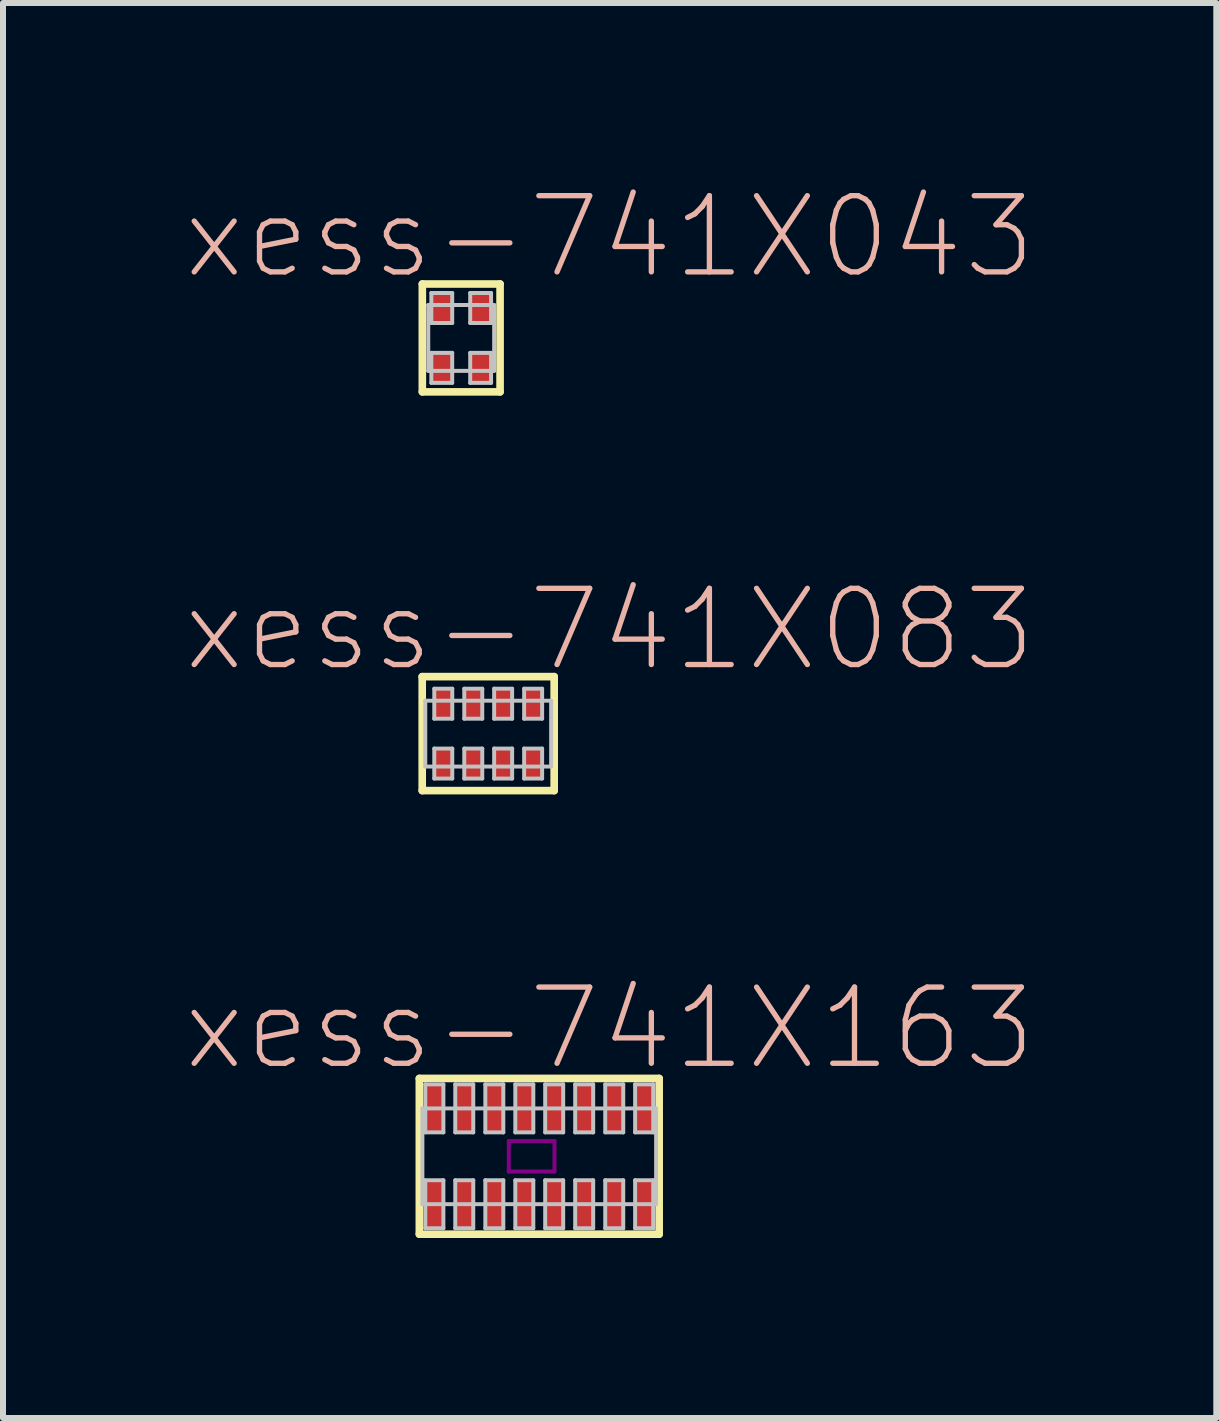
<source format=kicad_pcb>
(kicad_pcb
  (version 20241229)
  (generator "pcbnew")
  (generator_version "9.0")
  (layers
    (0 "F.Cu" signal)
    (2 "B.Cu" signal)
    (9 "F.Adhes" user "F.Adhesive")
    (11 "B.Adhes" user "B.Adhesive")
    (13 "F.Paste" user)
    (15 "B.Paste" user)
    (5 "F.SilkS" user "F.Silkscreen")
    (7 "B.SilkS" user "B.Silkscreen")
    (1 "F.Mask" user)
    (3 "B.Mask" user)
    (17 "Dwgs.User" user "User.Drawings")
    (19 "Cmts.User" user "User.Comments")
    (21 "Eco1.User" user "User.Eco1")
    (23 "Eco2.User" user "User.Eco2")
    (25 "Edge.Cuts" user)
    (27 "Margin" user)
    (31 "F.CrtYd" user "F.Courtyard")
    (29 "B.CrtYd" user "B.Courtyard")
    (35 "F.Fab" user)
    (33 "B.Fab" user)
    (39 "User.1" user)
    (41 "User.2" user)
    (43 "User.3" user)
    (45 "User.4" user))
  (footprint "xess-741X083"
    (layer "F.Cu")
    (at 5.088 9.179)
    (property "Reference" "xess-741X083" (at 2.024 -1.735 0) (layer "B.SilkS") (effects (font (size 1.27 1.27) (thickness 0.089))))
    (attr smd)
    (fp_line (start -1.1 -0.95) (end -1.1 0.95) (stroke (width 0.127) (type solid)) (layer "F.SilkS"))
    (fp_line (start -1.1 0.95) (end 1.1 0.95) (stroke (width 0.127) (type solid)) (layer "F.SilkS"))
    (fp_line (start 1.1 -0.95) (end -1.1 -0.95) (stroke (width 0.127) (type solid)) (layer "F.SilkS"))
    (fp_line (start 1.1 0.95) (end 1.1 -0.95) (stroke (width 0.127) (type solid)) (layer "F.SilkS"))
    (fp_line (start -1.049 -0.549) (end 1.049 -0.549) (stroke (width 0.066) (type solid)) (layer "Dwgs.User"))
    (fp_line (start -1.049 0.549) (end -1.049 -0.549) (stroke (width 0.066) (type solid)) (layer "Dwgs.User"))
    (fp_line (start -1.049 0.549) (end 1.049 0.549) (stroke (width 0.066) (type solid)) (layer "Dwgs.User"))
    (fp_line (start -0.899 -0.749) (end -0.599 -0.749) (stroke (width 0.066) (type solid)) (layer "Dwgs.User"))
    (fp_line (start -0.899 -0.249) (end -0.899 -0.749) (stroke (width 0.066) (type solid)) (layer "Dwgs.User"))
    (fp_line (start -0.899 -0.249) (end -0.599 -0.249) (stroke (width 0.066) (type solid)) (layer "Dwgs.User"))
    (fp_line (start -0.899 0.249) (end -0.599 0.249) (stroke (width 0.066) (type solid)) (layer "Dwgs.User"))
    (fp_line (start -0.899 0.749) (end -0.899 0.249) (stroke (width 0.066) (type solid)) (layer "Dwgs.User"))
    (fp_line (start -0.899 0.749) (end -0.599 0.749) (stroke (width 0.066) (type solid)) (layer "Dwgs.User"))
    (fp_line (start -0.599 -0.249) (end -0.599 -0.749) (stroke (width 0.066) (type solid)) (layer "Dwgs.User"))
    (fp_line (start -0.599 0.749) (end -0.599 0.249) (stroke (width 0.066) (type solid)) (layer "Dwgs.User"))
    (fp_line (start -0.399 -0.749) (end -0.099 -0.749) (stroke (width 0.066) (type solid)) (layer "Dwgs.User"))
    (fp_line (start -0.399 -0.249) (end -0.399 -0.749) (stroke (width 0.066) (type solid)) (layer "Dwgs.User"))
    (fp_line (start -0.399 -0.249) (end -0.099 -0.249) (stroke (width 0.066) (type solid)) (layer "Dwgs.User"))
    (fp_line (start -0.399 0.249) (end -0.099 0.249) (stroke (width 0.066) (type solid)) (layer "Dwgs.User"))
    (fp_line (start -0.399 0.749) (end -0.399 0.249) (stroke (width 0.066) (type solid)) (layer "Dwgs.User"))
    (fp_line (start -0.399 0.749) (end -0.099 0.749) (stroke (width 0.066) (type solid)) (layer "Dwgs.User"))
    (fp_line (start -0.099 -0.249) (end -0.099 -0.749) (stroke (width 0.066) (type solid)) (layer "Dwgs.User"))
    (fp_line (start -0.099 0.749) (end -0.099 0.249) (stroke (width 0.066) (type solid)) (layer "Dwgs.User"))
    (fp_line (start 0.099 -0.749) (end 0.399 -0.749) (stroke (width 0.066) (type solid)) (layer "Dwgs.User"))
    (fp_line (start 0.099 -0.249) (end 0.099 -0.749) (stroke (width 0.066) (type solid)) (layer "Dwgs.User"))
    (fp_line (start 0.099 -0.249) (end 0.399 -0.249) (stroke (width 0.066) (type solid)) (layer "Dwgs.User"))
    (fp_line (start 0.099 0.249) (end 0.399 0.249) (stroke (width 0.066) (type solid)) (layer "Dwgs.User"))
    (fp_line (start 0.099 0.749) (end 0.099 0.249) (stroke (width 0.066) (type solid)) (layer "Dwgs.User"))
    (fp_line (start 0.099 0.749) (end 0.399 0.749) (stroke (width 0.066) (type solid)) (layer "Dwgs.User"))
    (fp_line (start 0.399 -0.249) (end 0.399 -0.749) (stroke (width 0.066) (type solid)) (layer "Dwgs.User"))
    (fp_line (start 0.399 0.749) (end 0.399 0.249) (stroke (width 0.066) (type solid)) (layer "Dwgs.User"))
    (fp_line (start 0.599 -0.749) (end 0.899 -0.749) (stroke (width 0.066) (type solid)) (layer "Dwgs.User"))
    (fp_line (start 0.599 -0.249) (end 0.599 -0.749) (stroke (width 0.066) (type solid)) (layer "Dwgs.User"))
    (fp_line (start 0.599 -0.249) (end 0.899 -0.249) (stroke (width 0.066) (type solid)) (layer "Dwgs.User"))
    (fp_line (start 0.599 0.249) (end 0.899 0.249) (stroke (width 0.066) (type solid)) (layer "Dwgs.User"))
    (fp_line (start 0.599 0.749) (end 0.599 0.249) (stroke (width 0.066) (type solid)) (layer "Dwgs.User"))
    (fp_line (start 0.599 0.749) (end 0.899 0.749) (stroke (width 0.066) (type solid)) (layer "Dwgs.User"))
    (fp_line (start 0.899 -0.249) (end 0.899 -0.749) (stroke (width 0.066) (type solid)) (layer "Dwgs.User"))
    (fp_line (start 0.899 0.749) (end 0.899 0.249) (stroke (width 0.066) (type solid)) (layer "Dwgs.User"))
    (fp_line (start 1.049 0.549) (end 1.049 -0.549) (stroke (width 0.066) (type solid)) (layer "Dwgs.User"))
    (pad "1" smd rect (at -0.749 0.498) (size 0.3 0.498) (layers "F.Cu" "F.Mask" "F.Paste"))
    (pad "2" smd rect (at -0.249 0.498) (size 0.3 0.498) (layers "F.Cu" "F.Mask" "F.Paste"))
    (pad "3" smd rect (at 0.249 0.498) (size 0.3 0.498) (layers "F.Cu" "F.Mask" "F.Paste"))
    (pad "4" smd rect (at 0.749 0.498) (size 0.3 0.498) (layers "F.Cu" "F.Mask" "F.Paste"))
    (pad "5" smd rect (at 0.749 -0.498) (size 0.3 0.498) (layers "F.Cu" "F.Mask" "F.Paste"))
    (pad "6" smd rect (at 0.249 -0.498) (size 0.3 0.498) (layers "F.Cu" "F.Mask" "F.Paste"))
    (pad "7" smd rect (at -0.249 -0.498) (size 0.3 0.498) (layers "F.Cu" "F.Mask" "F.Paste"))
    (pad "8" smd rect (at -0.749 -0.498) (size 0.3 0.498) (layers "F.Cu" "F.Mask" "F.Paste")))
  (footprint "xess-741X043"
    (layer "F.Cu")
    (at 4.638 2.583)
    (property "Reference" "xess-741X043" (at 2.474 -1.684 0) (layer "B.SilkS") (effects (font (size 1.27 1.27) (thickness 0.089))))
    (attr smd)
    (fp_line (start -0.648 -0.899) (end -0.648 0.899) (stroke (width 0.127) (type solid)) (layer "F.SilkS"))
    (fp_line (start -0.648 0.899) (end 0.648 0.899) (stroke (width 0.127) (type solid)) (layer "F.SilkS"))
    (fp_line (start 0.648 -0.899) (end -0.648 -0.899) (stroke (width 0.127) (type solid)) (layer "F.SilkS"))
    (fp_line (start 0.648 0.899) (end 0.648 -0.899) (stroke (width 0.127) (type solid)) (layer "F.SilkS"))
    (fp_line (start -0.549 -0.549) (end 0.549 -0.549) (stroke (width 0.066) (type solid)) (layer "Dwgs.User"))
    (fp_line (start -0.549 0.549) (end -0.549 -0.549) (stroke (width 0.066) (type solid)) (layer "Dwgs.User"))
    (fp_line (start -0.549 0.549) (end 0.549 0.549) (stroke (width 0.066) (type solid)) (layer "Dwgs.User"))
    (fp_line (start -0.498 -0.749) (end -0.15 -0.749) (stroke (width 0.066) (type solid)) (layer "Dwgs.User"))
    (fp_line (start -0.498 -0.249) (end -0.498 -0.749) (stroke (width 0.066) (type solid)) (layer "Dwgs.User"))
    (fp_line (start -0.498 -0.249) (end -0.15 -0.249) (stroke (width 0.066) (type solid)) (layer "Dwgs.User"))
    (fp_line (start -0.498 0.249) (end -0.15 0.249) (stroke (width 0.066) (type solid)) (layer "Dwgs.User"))
    (fp_line (start -0.498 0.749) (end -0.498 0.249) (stroke (width 0.066) (type solid)) (layer "Dwgs.User"))
    (fp_line (start -0.498 0.749) (end -0.15 0.749) (stroke (width 0.066) (type solid)) (layer "Dwgs.User"))
    (fp_line (start -0.15 -0.249) (end -0.15 -0.749) (stroke (width 0.066) (type solid)) (layer "Dwgs.User"))
    (fp_line (start -0.15 0.749) (end -0.15 0.249) (stroke (width 0.066) (type solid)) (layer "Dwgs.User"))
    (fp_line (start 0.15 -0.749) (end 0.498 -0.749) (stroke (width 0.066) (type solid)) (layer "Dwgs.User"))
    (fp_line (start 0.15 -0.249) (end 0.15 -0.749) (stroke (width 0.066) (type solid)) (layer "Dwgs.User"))
    (fp_line (start 0.15 -0.249) (end 0.498 -0.249) (stroke (width 0.066) (type solid)) (layer "Dwgs.User"))
    (fp_line (start 0.15 0.249) (end 0.498 0.249) (stroke (width 0.066) (type solid)) (layer "Dwgs.User"))
    (fp_line (start 0.15 0.749) (end 0.15 0.249) (stroke (width 0.066) (type solid)) (layer "Dwgs.User"))
    (fp_line (start 0.15 0.749) (end 0.498 0.749) (stroke (width 0.066) (type solid)) (layer "Dwgs.User"))
    (fp_line (start 0.498 -0.249) (end 0.498 -0.749) (stroke (width 0.066) (type solid)) (layer "Dwgs.User"))
    (fp_line (start 0.498 0.749) (end 0.498 0.249) (stroke (width 0.066) (type solid)) (layer "Dwgs.User"))
    (fp_line (start 0.549 0.549) (end 0.549 -0.549) (stroke (width 0.066) (type solid)) (layer "Dwgs.User"))
    (pad "1" smd rect (at -0.323 0.498) (size 0.328 0.498) (layers "F.Cu" "F.Mask" "F.Paste"))
    (pad "2" smd rect (at 0.323 0.498) (size 0.328 0.498) (layers "F.Cu" "F.Mask" "F.Paste"))
    (pad "3" smd rect (at 0.323 -0.498) (size 0.328 0.498) (layers "F.Cu" "F.Mask" "F.Paste"))
    (pad "4" smd rect (at -0.323 -0.498) (size 0.328 0.498) (layers "F.Cu" "F.Mask" "F.Paste")))
  (footprint "xess-741X163"
    (layer "F.Cu")
    (at 5.939 16.225)
    (property "Reference" "xess-741X163" (at 1.173 -2.134 0) (layer "B.SilkS") (effects (font (size 1.27 1.27) (thickness 0.089))))
    (attr smd)
    (fp_line (start -1.999 -1.298) (end -1.999 1.298) (stroke (width 0.127) (type solid)) (layer "F.SilkS"))
    (fp_line (start -1.999 1.298) (end 1.999 1.298) (stroke (width 0.127) (type solid)) (layer "F.SilkS"))
    (fp_line (start 1.999 -1.298) (end -1.999 -1.298) (stroke (width 0.127) (type solid)) (layer "F.SilkS"))
    (fp_line (start 1.999 1.298) (end 1.999 -1.298) (stroke (width 0.127) (type solid)) (layer "F.SilkS"))
    (fp_line (start -0.508 -0.254) (end 0.254 -0.254) (stroke (width 0.066) (type solid)) (layer "F.Adhes"))
    (fp_line (start -0.508 0.254) (end -0.508 -0.254) (stroke (width 0.066) (type solid)) (layer "F.Adhes"))
    (fp_line (start -0.508 0.254) (end 0.254 0.254) (stroke (width 0.066) (type solid)) (layer "F.Adhes"))
    (fp_line (start 0.254 0.254) (end 0.254 -0.254) (stroke (width 0.066) (type solid)) (layer "F.Adhes"))
    (fp_line (start -1.948 -0.798) (end 1.948 -0.798) (stroke (width 0.066) (type solid)) (layer "Dwgs.User"))
    (fp_line (start -1.948 0.798) (end -1.948 -0.798) (stroke (width 0.066) (type solid)) (layer "Dwgs.User"))
    (fp_line (start -1.948 0.798) (end 1.948 0.798) (stroke (width 0.066) (type solid)) (layer "Dwgs.User"))
    (fp_line (start -1.9 -1.199) (end -1.598 -1.199) (stroke (width 0.066) (type solid)) (layer "Dwgs.User"))
    (fp_line (start -1.9 -0.399) (end -1.9 -1.199) (stroke (width 0.066) (type solid)) (layer "Dwgs.User"))
    (fp_line (start -1.9 -0.399) (end -1.598 -0.399) (stroke (width 0.066) (type solid)) (layer "Dwgs.User"))
    (fp_line (start -1.9 0.399) (end -1.598 0.399) (stroke (width 0.066) (type solid)) (layer "Dwgs.User"))
    (fp_line (start -1.9 1.199) (end -1.9 0.399) (stroke (width 0.066) (type solid)) (layer "Dwgs.User"))
    (fp_line (start -1.9 1.199) (end -1.598 1.199) (stroke (width 0.066) (type solid)) (layer "Dwgs.User"))
    (fp_line (start -1.598 -0.399) (end -1.598 -1.199) (stroke (width 0.066) (type solid)) (layer "Dwgs.User"))
    (fp_line (start -1.598 1.199) (end -1.598 0.399) (stroke (width 0.066) (type solid)) (layer "Dwgs.User"))
    (fp_line (start -1.4 -1.199) (end -1.1 -1.199) (stroke (width 0.066) (type solid)) (layer "Dwgs.User"))
    (fp_line (start -1.4 -0.399) (end -1.4 -1.199) (stroke (width 0.066) (type solid)) (layer "Dwgs.User"))
    (fp_line (start -1.4 -0.399) (end -1.1 -0.399) (stroke (width 0.066) (type solid)) (layer "Dwgs.User"))
    (fp_line (start -1.4 0.399) (end -1.1 0.399) (stroke (width 0.066) (type solid)) (layer "Dwgs.User"))
    (fp_line (start -1.4 1.199) (end -1.4 0.399) (stroke (width 0.066) (type solid)) (layer "Dwgs.User"))
    (fp_line (start -1.4 1.199) (end -1.1 1.199) (stroke (width 0.066) (type solid)) (layer "Dwgs.User"))
    (fp_line (start -1.1 -0.399) (end -1.1 -1.199) (stroke (width 0.066) (type solid)) (layer "Dwgs.User"))
    (fp_line (start -1.1 1.199) (end -1.1 0.399) (stroke (width 0.066) (type solid)) (layer "Dwgs.User"))
    (fp_line (start -0.899 -1.199) (end -0.599 -1.199) (stroke (width 0.066) (type solid)) (layer "Dwgs.User"))
    (fp_line (start -0.899 -0.399) (end -0.899 -1.199) (stroke (width 0.066) (type solid)) (layer "Dwgs.User"))
    (fp_line (start -0.899 -0.399) (end -0.599 -0.399) (stroke (width 0.066) (type solid)) (layer "Dwgs.User"))
    (fp_line (start -0.899 0.399) (end -0.599 0.399) (stroke (width 0.066) (type solid)) (layer "Dwgs.User"))
    (fp_line (start -0.899 1.199) (end -0.899 0.399) (stroke (width 0.066) (type solid)) (layer "Dwgs.User"))
    (fp_line (start -0.899 1.199) (end -0.599 1.199) (stroke (width 0.066) (type solid)) (layer "Dwgs.User"))
    (fp_line (start -0.599 -0.399) (end -0.599 -1.199) (stroke (width 0.066) (type solid)) (layer "Dwgs.User"))
    (fp_line (start -0.599 1.199) (end -0.599 0.399) (stroke (width 0.066) (type solid)) (layer "Dwgs.User"))
    (fp_line (start -0.399 -1.199) (end -0.099 -1.199) (stroke (width 0.066) (type solid)) (layer "Dwgs.User"))
    (fp_line (start -0.399 -0.399) (end -0.399 -1.199) (stroke (width 0.066) (type solid)) (layer "Dwgs.User"))
    (fp_line (start -0.399 -0.399) (end -0.099 -0.399) (stroke (width 0.066) (type solid)) (layer "Dwgs.User"))
    (fp_line (start -0.399 0.399) (end -0.099 0.399) (stroke (width 0.066) (type solid)) (layer "Dwgs.User"))
    (fp_line (start -0.399 1.199) (end -0.399 0.399) (stroke (width 0.066) (type solid)) (layer "Dwgs.User"))
    (fp_line (start -0.399 1.199) (end -0.099 1.199) (stroke (width 0.066) (type solid)) (layer "Dwgs.User"))
    (fp_line (start -0.099 -0.399) (end -0.099 -1.199) (stroke (width 0.066) (type solid)) (layer "Dwgs.User"))
    (fp_line (start -0.099 1.199) (end -0.099 0.399) (stroke (width 0.066) (type solid)) (layer "Dwgs.User"))
    (fp_line (start 0.099 -1.199) (end 0.399 -1.199) (stroke (width 0.066) (type solid)) (layer "Dwgs.User"))
    (fp_line (start 0.099 -0.399) (end 0.099 -1.199) (stroke (width 0.066) (type solid)) (layer "Dwgs.User"))
    (fp_line (start 0.099 -0.399) (end 0.399 -0.399) (stroke (width 0.066) (type solid)) (layer "Dwgs.User"))
    (fp_line (start 0.099 0.399) (end 0.399 0.399) (stroke (width 0.066) (type solid)) (layer "Dwgs.User"))
    (fp_line (start 0.099 1.199) (end 0.099 0.399) (stroke (width 0.066) (type solid)) (layer "Dwgs.User"))
    (fp_line (start 0.099 1.199) (end 0.399 1.199) (stroke (width 0.066) (type solid)) (layer "Dwgs.User"))
    (fp_line (start 0.399 -0.399) (end 0.399 -1.199) (stroke (width 0.066) (type solid)) (layer "Dwgs.User"))
    (fp_line (start 0.399 1.199) (end 0.399 0.399) (stroke (width 0.066) (type solid)) (layer "Dwgs.User"))
    (fp_line (start 0.599 -1.199) (end 0.899 -1.199) (stroke (width 0.066) (type solid)) (layer "Dwgs.User"))
    (fp_line (start 0.599 -0.399) (end 0.599 -1.199) (stroke (width 0.066) (type solid)) (layer "Dwgs.User"))
    (fp_line (start 0.599 -0.399) (end 0.899 -0.399) (stroke (width 0.066) (type solid)) (layer "Dwgs.User"))
    (fp_line (start 0.599 0.399) (end 0.899 0.399) (stroke (width 0.066) (type solid)) (layer "Dwgs.User"))
    (fp_line (start 0.599 1.199) (end 0.599 0.399) (stroke (width 0.066) (type solid)) (layer "Dwgs.User"))
    (fp_line (start 0.599 1.199) (end 0.899 1.199) (stroke (width 0.066) (type solid)) (layer "Dwgs.User"))
    (fp_line (start 0.899 -0.399) (end 0.899 -1.199) (stroke (width 0.066) (type solid)) (layer "Dwgs.User"))
    (fp_line (start 0.899 1.199) (end 0.899 0.399) (stroke (width 0.066) (type solid)) (layer "Dwgs.User"))
    (fp_line (start 1.1 -1.199) (end 1.4 -1.199) (stroke (width 0.066) (type solid)) (layer "Dwgs.User"))
    (fp_line (start 1.1 -0.399) (end 1.1 -1.199) (stroke (width 0.066) (type solid)) (layer "Dwgs.User"))
    (fp_line (start 1.1 -0.399) (end 1.4 -0.399) (stroke (width 0.066) (type solid)) (layer "Dwgs.User"))
    (fp_line (start 1.1 0.399) (end 1.4 0.399) (stroke (width 0.066) (type solid)) (layer "Dwgs.User"))
    (fp_line (start 1.1 1.199) (end 1.1 0.399) (stroke (width 0.066) (type solid)) (layer "Dwgs.User"))
    (fp_line (start 1.1 1.199) (end 1.4 1.199) (stroke (width 0.066) (type solid)) (layer "Dwgs.User"))
    (fp_line (start 1.4 -0.399) (end 1.4 -1.199) (stroke (width 0.066) (type solid)) (layer "Dwgs.User"))
    (fp_line (start 1.4 1.199) (end 1.4 0.399) (stroke (width 0.066) (type solid)) (layer "Dwgs.User"))
    (fp_line (start 1.598 -1.199) (end 1.9 -1.199) (stroke (width 0.066) (type solid)) (layer "Dwgs.User"))
    (fp_line (start 1.598 -0.399) (end 1.598 -1.199) (stroke (width 0.066) (type solid)) (layer "Dwgs.User"))
    (fp_line (start 1.598 -0.399) (end 1.9 -0.399) (stroke (width 0.066) (type solid)) (layer "Dwgs.User"))
    (fp_line (start 1.598 0.399) (end 1.9 0.399) (stroke (width 0.066) (type solid)) (layer "Dwgs.User"))
    (fp_line (start 1.598 1.199) (end 1.598 0.399) (stroke (width 0.066) (type solid)) (layer "Dwgs.User"))
    (fp_line (start 1.598 1.199) (end 1.9 1.199) (stroke (width 0.066) (type solid)) (layer "Dwgs.User"))
    (fp_line (start 1.9 -0.399) (end 1.9 -1.199) (stroke (width 0.066) (type solid)) (layer "Dwgs.User"))
    (fp_line (start 1.9 1.199) (end 1.9 0.399) (stroke (width 0.066) (type solid)) (layer "Dwgs.User"))
    (fp_line (start 1.948 0.798) (end 1.948 -0.798) (stroke (width 0.066) (type solid)) (layer "Dwgs.User"))
    (pad "1" smd rect (at -1.748 0.798) (size 0.3 0.798) (layers "F.Cu" "F.Mask" "F.Paste"))
    (pad "2" smd rect (at -1.25 0.798) (size 0.3 0.798) (layers "F.Cu" "F.Mask" "F.Paste"))
    (pad "3" smd rect (at -0.749 0.798) (size 0.3 0.798) (layers "F.Cu" "F.Mask" "F.Paste"))
    (pad "4" smd rect (at -0.249 0.798) (size 0.3 0.798) (layers "F.Cu" "F.Mask" "F.Paste"))
    (pad "5" smd rect (at 0.249 0.798) (size 0.3 0.798) (layers "F.Cu" "F.Mask" "F.Paste"))
    (pad "6" smd rect (at 0.749 0.798) (size 0.3 0.798) (layers "F.Cu" "F.Mask" "F.Paste"))
    (pad "7" smd rect (at 1.25 0.798) (size 0.3 0.798) (layers "F.Cu" "F.Mask" "F.Paste"))
    (pad "8" smd rect (at 1.748 0.798) (size 0.3 0.798) (layers "F.Cu" "F.Mask" "F.Paste"))
    (pad "9" smd rect (at 1.748 -0.798) (size 0.3 0.798) (layers "F.Cu" "F.Mask" "F.Paste"))
    (pad "10" smd rect (at 1.25 -0.798) (size 0.3 0.798) (layers "F.Cu" "F.Mask" "F.Paste"))
    (pad "11" smd rect (at 0.749 -0.798) (size 0.3 0.798) (layers "F.Cu" "F.Mask" "F.Paste"))
    (pad "12" smd rect (at 0.249 -0.798) (size 0.3 0.798) (layers "F.Cu" "F.Mask" "F.Paste"))
    (pad "13" smd rect (at -0.249 -0.798) (size 0.3 0.798) (layers "F.Cu" "F.Mask" "F.Paste"))
    (pad "14" smd rect (at -0.749 -0.798) (size 0.3 0.798) (layers "F.Cu" "F.Mask" "F.Paste"))
    (pad "15" smd rect (at -1.25 -0.798) (size 0.3 0.798) (layers "F.Cu" "F.Mask" "F.Paste"))
    (pad "16" smd rect (at -1.748 -0.798) (size 0.3 0.798) (layers "F.Cu" "F.Mask" "F.Paste")))
  (gr_rect
    (start -3 -3)
    (end 17.225 20.587)
    (stroke (width 0.1) (type default))
    (fill no)
    (layer "Edge.Cuts")))
</source>
